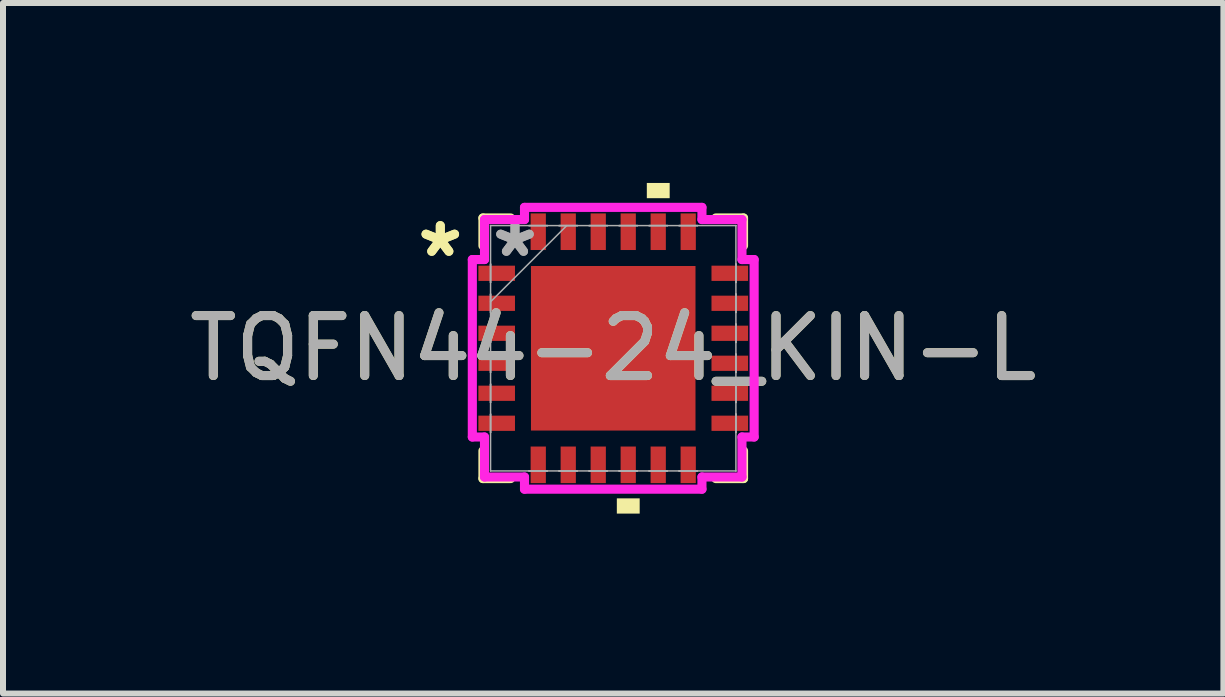
<source format=kicad_pcb>
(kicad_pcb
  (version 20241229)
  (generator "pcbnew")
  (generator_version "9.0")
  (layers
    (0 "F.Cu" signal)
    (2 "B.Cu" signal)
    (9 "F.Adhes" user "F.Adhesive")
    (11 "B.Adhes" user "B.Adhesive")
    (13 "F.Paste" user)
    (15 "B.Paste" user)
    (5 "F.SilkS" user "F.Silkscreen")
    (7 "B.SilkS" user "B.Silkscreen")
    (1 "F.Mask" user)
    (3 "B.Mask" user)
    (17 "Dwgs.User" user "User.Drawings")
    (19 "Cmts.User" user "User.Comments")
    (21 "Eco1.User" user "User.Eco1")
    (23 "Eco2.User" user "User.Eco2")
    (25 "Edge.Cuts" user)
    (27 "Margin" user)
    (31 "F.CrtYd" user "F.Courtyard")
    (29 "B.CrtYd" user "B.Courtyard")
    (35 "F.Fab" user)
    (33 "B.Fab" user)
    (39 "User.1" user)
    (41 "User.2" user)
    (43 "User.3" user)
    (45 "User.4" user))
  (footprint "TQFN44-24_KIN-L"
    (layer "F.Cu")
    (at 7.173 2.756)
    (property "Reference" "TQFN44-24_KIN-L" (at 0 0 0) (unlocked yes) (layer "F.SilkS") (effects (font (size 1 1) (thickness 0.15))))
    (attr smd)
    (fp_line (start -2.172 -2.172) (end -2.172 -1.71) (stroke (width 0.152) (type solid)) (layer "F.SilkS"))
    (fp_line (start -2.172 1.71) (end -2.172 2.172) (stroke (width 0.152) (type solid)) (layer "F.SilkS"))
    (fp_line (start -2.172 2.172) (end -1.71 2.172) (stroke (width 0.152) (type solid)) (layer "F.SilkS"))
    (fp_line (start -1.71 -2.172) (end -2.172 -2.172) (stroke (width 0.152) (type solid)) (layer "F.SilkS"))
    (fp_line (start 1.71 2.172) (end 2.172 2.172) (stroke (width 0.152) (type solid)) (layer "F.SilkS"))
    (fp_line (start 2.172 -2.172) (end 1.71 -2.172) (stroke (width 0.152) (type solid)) (layer "F.SilkS"))
    (fp_line (start 2.172 -1.71) (end 2.172 -2.172) (stroke (width 0.152) (type solid)) (layer "F.SilkS"))
    (fp_line (start 2.172 2.172) (end 2.172 1.71) (stroke (width 0.152) (type solid)) (layer "F.SilkS"))
    (fp_poly (pts (xy 0.06 2.502) (xy 0.06 2.756) (xy 0.441 2.756) (xy 0.441 2.502)) (stroke (width 0) (type solid)) (fill yes) (layer "F.SilkS"))
    (fp_poly (pts (xy 0.56 -2.502) (xy 0.56 -2.756) (xy 0.941 -2.756) (xy 0.941 -2.502)) (stroke (width 0) (type solid)) (fill yes) (layer "F.SilkS"))
    (fp_poly (pts (xy -1.272 -1.272) (xy -1.272 -0.1) (xy -0.1 -0.1) (xy -0.1 -1.272)) (stroke (width 0) (type solid)) (fill yes) (layer "F.Paste"))
    (fp_poly (pts (xy -1.272 0.1) (xy -1.272 1.272) (xy -0.1 1.272) (xy -0.1 0.1)) (stroke (width 0) (type solid)) (fill yes) (layer "F.Paste"))
    (fp_poly (pts (xy 0.1 -1.272) (xy 0.1 -0.1) (xy 1.272 -0.1) (xy 1.272 -1.272)) (stroke (width 0) (type solid)) (fill yes) (layer "F.Paste"))
    (fp_poly (pts (xy 0.1 0.1) (xy 0.1 1.272) (xy 1.272 1.272) (xy 1.272 0.1)) (stroke (width 0) (type solid)) (fill yes) (layer "F.Paste"))
    (fp_line (start -2.349 -1.479) (end -2.146 -1.479) (stroke (width 0.152) (type solid)) (layer "F.CrtYd"))
    (fp_line (start -2.349 1.479) (end -2.349 -1.479) (stroke (width 0.152) (type solid)) (layer "F.CrtYd"))
    (fp_line (start -2.146 -2.146) (end -1.479 -2.146) (stroke (width 0.152) (type solid)) (layer "F.CrtYd"))
    (fp_line (start -2.146 -1.479) (end -2.146 -2.146) (stroke (width 0.152) (type solid)) (layer "F.CrtYd"))
    (fp_line (start -2.146 1.479) (end -2.349 1.479) (stroke (width 0.152) (type solid)) (layer "F.CrtYd"))
    (fp_line (start -2.146 2.146) (end -2.146 1.479) (stroke (width 0.152) (type solid)) (layer "F.CrtYd"))
    (fp_line (start -1.479 -2.349) (end 1.479 -2.349) (stroke (width 0.152) (type solid)) (layer "F.CrtYd"))
    (fp_line (start -1.479 -2.146) (end -1.479 -2.349) (stroke (width 0.152) (type solid)) (layer "F.CrtYd"))
    (fp_line (start -1.479 2.146) (end -2.146 2.146) (stroke (width 0.152) (type solid)) (layer "F.CrtYd"))
    (fp_line (start -1.479 2.349) (end -1.479 2.146) (stroke (width 0.152) (type solid)) (layer "F.CrtYd"))
    (fp_line (start 1.479 -2.349) (end 1.479 -2.146) (stroke (width 0.152) (type solid)) (layer "F.CrtYd"))
    (fp_line (start 1.479 -2.146) (end 2.146 -2.146) (stroke (width 0.152) (type solid)) (layer "F.CrtYd"))
    (fp_line (start 1.479 2.146) (end 1.479 2.349) (stroke (width 0.152) (type solid)) (layer "F.CrtYd"))
    (fp_line (start 1.479 2.349) (end -1.479 2.349) (stroke (width 0.152) (type solid)) (layer "F.CrtYd"))
    (fp_line (start 2.146 -2.146) (end 2.146 -1.479) (stroke (width 0.152) (type solid)) (layer "F.CrtYd"))
    (fp_line (start 2.146 -1.479) (end 2.349 -1.479) (stroke (width 0.152) (type solid)) (layer "F.CrtYd"))
    (fp_line (start 2.146 1.479) (end 2.146 2.146) (stroke (width 0.152) (type solid)) (layer "F.CrtYd"))
    (fp_line (start 2.146 2.146) (end 1.479 2.146) (stroke (width 0.152) (type solid)) (layer "F.CrtYd"))
    (fp_line (start 2.349 -1.479) (end 2.349 1.479) (stroke (width 0.152) (type solid)) (layer "F.CrtYd"))
    (fp_line (start 2.349 1.479) (end 2.146 1.479) (stroke (width 0.152) (type solid)) (layer "F.CrtYd"))
    (fp_line (start -2.045 -2.045) (end -2.045 -2.045) (stroke (width 0.025) (type solid)) (layer "F.Fab"))
    (fp_line (start -2.045 -2.045) (end -2.045 2.045) (stroke (width 0.025) (type solid)) (layer "F.Fab"))
    (fp_line (start -2.045 -1.403) (end -2.045 -1.403) (stroke (width 0.025) (type solid)) (layer "F.Fab"))
    (fp_line (start -2.045 -1.403) (end -2.045 -1.098) (stroke (width 0.025) (type solid)) (layer "F.Fab"))
    (fp_line (start -2.045 -1.098) (end -2.045 -1.403) (stroke (width 0.025) (type solid)) (layer "F.Fab"))
    (fp_line (start -2.045 -1.098) (end -2.045 -1.098) (stroke (width 0.025) (type solid)) (layer "F.Fab"))
    (fp_line (start -2.045 -0.903) (end -2.045 -0.903) (stroke (width 0.025) (type solid)) (layer "F.Fab"))
    (fp_line (start -2.045 -0.903) (end -2.045 -0.598) (stroke (width 0.025) (type solid)) (layer "F.Fab"))
    (fp_line (start -2.045 -0.775) (end -0.775 -2.045) (stroke (width 0.025) (type solid)) (layer "F.Fab"))
    (fp_line (start -2.045 -0.598) (end -2.045 -0.903) (stroke (width 0.025) (type solid)) (layer "F.Fab"))
    (fp_line (start -2.045 -0.598) (end -2.045 -0.598) (stroke (width 0.025) (type solid)) (layer "F.Fab"))
    (fp_line (start -2.045 -0.402) (end -2.045 -0.402) (stroke (width 0.025) (type solid)) (layer "F.Fab"))
    (fp_line (start -2.045 -0.402) (end -2.045 -0.098) (stroke (width 0.025) (type solid)) (layer "F.Fab"))
    (fp_line (start -2.045 -0.098) (end -2.045 -0.402) (stroke (width 0.025) (type solid)) (layer "F.Fab"))
    (fp_line (start -2.045 -0.098) (end -2.045 -0.098) (stroke (width 0.025) (type solid)) (layer "F.Fab"))
    (fp_line (start -2.045 0.098) (end -2.045 0.098) (stroke (width 0.025) (type solid)) (layer "F.Fab"))
    (fp_line (start -2.045 0.098) (end -2.045 0.402) (stroke (width 0.025) (type solid)) (layer "F.Fab"))
    (fp_line (start -2.045 0.402) (end -2.045 0.098) (stroke (width 0.025) (type solid)) (layer "F.Fab"))
    (fp_line (start -2.045 0.402) (end -2.045 0.402) (stroke (width 0.025) (type solid)) (layer "F.Fab"))
    (fp_line (start -2.045 0.598) (end -2.045 0.598) (stroke (width 0.025) (type solid)) (layer "F.Fab"))
    (fp_line (start -2.045 0.598) (end -2.045 0.903) (stroke (width 0.025) (type solid)) (layer "F.Fab"))
    (fp_line (start -2.045 0.903) (end -2.045 0.598) (stroke (width 0.025) (type solid)) (layer "F.Fab"))
    (fp_line (start -2.045 0.903) (end -2.045 0.903) (stroke (width 0.025) (type solid)) (layer "F.Fab"))
    (fp_line (start -2.045 1.098) (end -2.045 1.098) (stroke (width 0.025) (type solid)) (layer "F.Fab"))
    (fp_line (start -2.045 1.098) (end -2.045 1.403) (stroke (width 0.025) (type solid)) (layer "F.Fab"))
    (fp_line (start -2.045 1.403) (end -2.045 1.098) (stroke (width 0.025) (type solid)) (layer "F.Fab"))
    (fp_line (start -2.045 1.403) (end -2.045 1.403) (stroke (width 0.025) (type solid)) (layer "F.Fab"))
    (fp_line (start -2.045 2.045) (end -2.045 2.045) (stroke (width 0.025) (type solid)) (layer "F.Fab"))
    (fp_line (start -2.045 2.045) (end 2.045 2.045) (stroke (width 0.025) (type solid)) (layer "F.Fab"))
    (fp_line (start -1.403 -2.045) (end -1.403 -2.045) (stroke (width 0.025) (type solid)) (layer "F.Fab"))
    (fp_line (start -1.403 -2.045) (end -1.098 -2.045) (stroke (width 0.025) (type solid)) (layer "F.Fab"))
    (fp_line (start -1.403 2.045) (end -1.403 2.045) (stroke (width 0.025) (type solid)) (layer "F.Fab"))
    (fp_line (start -1.403 2.045) (end -1.098 2.045) (stroke (width 0.025) (type solid)) (layer "F.Fab"))
    (fp_line (start -1.098 -2.045) (end -1.403 -2.045) (stroke (width 0.025) (type solid)) (layer "F.Fab"))
    (fp_line (start -1.098 -2.045) (end -1.098 -2.045) (stroke (width 0.025) (type solid)) (layer "F.Fab"))
    (fp_line (start -1.098 2.045) (end -1.403 2.045) (stroke (width 0.025) (type solid)) (layer "F.Fab"))
    (fp_line (start -1.098 2.045) (end -1.098 2.045) (stroke (width 0.025) (type solid)) (layer "F.Fab"))
    (fp_line (start -0.903 -2.045) (end -0.903 -2.045) (stroke (width 0.025) (type solid)) (layer "F.Fab"))
    (fp_line (start -0.903 -2.045) (end -0.598 -2.045) (stroke (width 0.025) (type solid)) (layer "F.Fab"))
    (fp_line (start -0.903 2.045) (end -0.903 2.045) (stroke (width 0.025) (type solid)) (layer "F.Fab"))
    (fp_line (start -0.903 2.045) (end -0.598 2.045) (stroke (width 0.025) (type solid)) (layer "F.Fab"))
    (fp_line (start -0.598 -2.045) (end -0.903 -2.045) (stroke (width 0.025) (type solid)) (layer "F.Fab"))
    (fp_line (start -0.598 -2.045) (end -0.598 -2.045) (stroke (width 0.025) (type solid)) (layer "F.Fab"))
    (fp_line (start -0.598 2.045) (end -0.903 2.045) (stroke (width 0.025) (type solid)) (layer "F.Fab"))
    (fp_line (start -0.598 2.045) (end -0.598 2.045) (stroke (width 0.025) (type solid)) (layer "F.Fab"))
    (fp_line (start -0.402 -2.045) (end -0.402 -2.045) (stroke (width 0.025) (type solid)) (layer "F.Fab"))
    (fp_line (start -0.402 -2.045) (end -0.098 -2.045) (stroke (width 0.025) (type solid)) (layer "F.Fab"))
    (fp_line (start -0.402 2.045) (end -0.402 2.045) (stroke (width 0.025) (type solid)) (layer "F.Fab"))
    (fp_line (start -0.402 2.045) (end -0.098 2.045) (stroke (width 0.025) (type solid)) (layer "F.Fab"))
    (fp_line (start -0.098 -2.045) (end -0.402 -2.045) (stroke (width 0.025) (type solid)) (layer "F.Fab"))
    (fp_line (start -0.098 -2.045) (end -0.098 -2.045) (stroke (width 0.025) (type solid)) (layer "F.Fab"))
    (fp_line (start -0.098 2.045) (end -0.402 2.045) (stroke (width 0.025) (type solid)) (layer "F.Fab"))
    (fp_line (start -0.098 2.045) (end -0.098 2.045) (stroke (width 0.025) (type solid)) (layer "F.Fab"))
    (fp_line (start 0.098 -2.045) (end 0.098 -2.045) (stroke (width 0.025) (type solid)) (layer "F.Fab"))
    (fp_line (start 0.098 -2.045) (end 0.402 -2.045) (stroke (width 0.025) (type solid)) (layer "F.Fab"))
    (fp_line (start 0.098 2.045) (end 0.098 2.045) (stroke (width 0.025) (type solid)) (layer "F.Fab"))
    (fp_line (start 0.098 2.045) (end 0.402 2.045) (stroke (width 0.025) (type solid)) (layer "F.Fab"))
    (fp_line (start 0.402 -2.045) (end 0.098 -2.045) (stroke (width 0.025) (type solid)) (layer "F.Fab"))
    (fp_line (start 0.402 -2.045) (end 0.402 -2.045) (stroke (width 0.025) (type solid)) (layer "F.Fab"))
    (fp_line (start 0.402 2.045) (end 0.098 2.045) (stroke (width 0.025) (type solid)) (layer "F.Fab"))
    (fp_line (start 0.402 2.045) (end 0.402 2.045) (stroke (width 0.025) (type solid)) (layer "F.Fab"))
    (fp_line (start 0.598 -2.045) (end 0.598 -2.045) (stroke (width 0.025) (type solid)) (layer "F.Fab"))
    (fp_line (start 0.598 -2.045) (end 0.903 -2.045) (stroke (width 0.025) (type solid)) (layer "F.Fab"))
    (fp_line (start 0.598 2.045) (end 0.598 2.045) (stroke (width 0.025) (type solid)) (layer "F.Fab"))
    (fp_line (start 0.598 2.045) (end 0.903 2.045) (stroke (width 0.025) (type solid)) (layer "F.Fab"))
    (fp_line (start 0.903 -2.045) (end 0.598 -2.045) (stroke (width 0.025) (type solid)) (layer "F.Fab"))
    (fp_line (start 0.903 -2.045) (end 0.903 -2.045) (stroke (width 0.025) (type solid)) (layer "F.Fab"))
    (fp_line (start 0.903 2.045) (end 0.598 2.045) (stroke (width 0.025) (type solid)) (layer "F.Fab"))
    (fp_line (start 0.903 2.045) (end 0.903 2.045) (stroke (width 0.025) (type solid)) (layer "F.Fab"))
    (fp_line (start 1.098 -2.045) (end 1.098 -2.045) (stroke (width 0.025) (type solid)) (layer "F.Fab"))
    (fp_line (start 1.098 -2.045) (end 1.403 -2.045) (stroke (width 0.025) (type solid)) (layer "F.Fab"))
    (fp_line (start 1.098 2.045) (end 1.098 2.045) (stroke (width 0.025) (type solid)) (layer "F.Fab"))
    (fp_line (start 1.098 2.045) (end 1.403 2.045) (stroke (width 0.025) (type solid)) (layer "F.Fab"))
    (fp_line (start 1.403 -2.045) (end 1.098 -2.045) (stroke (width 0.025) (type solid)) (layer "F.Fab"))
    (fp_line (start 1.403 -2.045) (end 1.403 -2.045) (stroke (width 0.025) (type solid)) (layer "F.Fab"))
    (fp_line (start 1.403 2.045) (end 1.098 2.045) (stroke (width 0.025) (type solid)) (layer "F.Fab"))
    (fp_line (start 1.403 2.045) (end 1.403 2.045) (stroke (width 0.025) (type solid)) (layer "F.Fab"))
    (fp_line (start 2.045 -2.045) (end -2.045 -2.045) (stroke (width 0.025) (type solid)) (layer "F.Fab"))
    (fp_line (start 2.045 -2.045) (end 2.045 -2.045) (stroke (width 0.025) (type solid)) (layer "F.Fab"))
    (fp_line (start 2.045 -1.403) (end 2.045 -1.403) (stroke (width 0.025) (type solid)) (layer "F.Fab"))
    (fp_line (start 2.045 -1.403) (end 2.045 -1.098) (stroke (width 0.025) (type solid)) (layer "F.Fab"))
    (fp_line (start 2.045 -1.098) (end 2.045 -1.403) (stroke (width 0.025) (type solid)) (layer "F.Fab"))
    (fp_line (start 2.045 -1.098) (end 2.045 -1.098) (stroke (width 0.025) (type solid)) (layer "F.Fab"))
    (fp_line (start 2.045 -0.903) (end 2.045 -0.903) (stroke (width 0.025) (type solid)) (layer "F.Fab"))
    (fp_line (start 2.045 -0.903) (end 2.045 -0.598) (stroke (width 0.025) (type solid)) (layer "F.Fab"))
    (fp_line (start 2.045 -0.598) (end 2.045 -0.903) (stroke (width 0.025) (type solid)) (layer "F.Fab"))
    (fp_line (start 2.045 -0.598) (end 2.045 -0.598) (stroke (width 0.025) (type solid)) (layer "F.Fab"))
    (fp_line (start 2.045 -0.402) (end 2.045 -0.402) (stroke (width 0.025) (type solid)) (layer "F.Fab"))
    (fp_line (start 2.045 -0.402) (end 2.045 -0.098) (stroke (width 0.025) (type solid)) (layer "F.Fab"))
    (fp_line (start 2.045 -0.098) (end 2.045 -0.402) (stroke (width 0.025) (type solid)) (layer "F.Fab"))
    (fp_line (start 2.045 -0.098) (end 2.045 -0.098) (stroke (width 0.025) (type solid)) (layer "F.Fab"))
    (fp_line (start 2.045 0.098) (end 2.045 0.098) (stroke (width 0.025) (type solid)) (layer "F.Fab"))
    (fp_line (start 2.045 0.098) (end 2.045 0.402) (stroke (width 0.025) (type solid)) (layer "F.Fab"))
    (fp_line (start 2.045 0.402) (end 2.045 0.098) (stroke (width 0.025) (type solid)) (layer "F.Fab"))
    (fp_line (start 2.045 0.402) (end 2.045 0.402) (stroke (width 0.025) (type solid)) (layer "F.Fab"))
    (fp_line (start 2.045 0.598) (end 2.045 0.598) (stroke (width 0.025) (type solid)) (layer "F.Fab"))
    (fp_line (start 2.045 0.598) (end 2.045 0.903) (stroke (width 0.025) (type solid)) (layer "F.Fab"))
    (fp_line (start 2.045 0.903) (end 2.045 0.598) (stroke (width 0.025) (type solid)) (layer "F.Fab"))
    (fp_line (start 2.045 0.903) (end 2.045 0.903) (stroke (width 0.025) (type solid)) (layer "F.Fab"))
    (fp_line (start 2.045 1.098) (end 2.045 1.098) (stroke (width 0.025) (type solid)) (layer "F.Fab"))
    (fp_line (start 2.045 1.098) (end 2.045 1.403) (stroke (width 0.025) (type solid)) (layer "F.Fab"))
    (fp_line (start 2.045 1.403) (end 2.045 1.098) (stroke (width 0.025) (type solid)) (layer "F.Fab"))
    (fp_line (start 2.045 1.403) (end 2.045 1.403) (stroke (width 0.025) (type solid)) (layer "F.Fab"))
    (fp_line (start 2.045 2.045) (end 2.045 -2.045) (stroke (width 0.025) (type solid)) (layer "F.Fab"))
    (fp_line (start 2.045 2.045) (end 2.045 2.045) (stroke (width 0.025) (type solid)) (layer "F.Fab"))
    (fp_text user "*" (at -2.883 -1.5 0) (layer "F.SilkS") (effects (font (size 1 1) (thickness 0.15))))
    (fp_text user "*" (at -2.883 -1.5 0) (unlocked yes) (layer "F.SilkS") (effects (font (size 1 1) (thickness 0.15))))
    (fp_text user "${REFERENCE}" (at 0 0 0) (unlocked yes) (layer "F.Fab") (effects (font (size 1 1) (thickness 0.15))))
    (fp_text user "*" (at -1.638 -1.5 0) (layer "F.Fab") (effects (font (size 1 1) (thickness 0.15))))
    (fp_text user "*" (at -1.638 -1.5 0) (unlocked yes) (layer "F.Fab") (effects (font (size 1 1) (thickness 0.15))))
    (pad "1" smd rect (at -1.943 -1.25 90) (size 0.254 0.61) (layers "F.Cu" "F.Mask" "F.Paste"))
    (pad "2" smd rect (at -1.943 -0.75 90) (size 0.254 0.61) (layers "F.Cu" "F.Mask" "F.Paste"))
    (pad "3" smd rect (at -1.943 -0.25 90) (size 0.254 0.61) (layers "F.Cu" "F.Mask" "F.Paste"))
    (pad "4" smd rect (at -1.943 0.25 90) (size 0.254 0.61) (layers "F.Cu" "F.Mask" "F.Paste"))
    (pad "5" smd rect (at -1.943 0.75 90) (size 0.254 0.61) (layers "F.Cu" "F.Mask" "F.Paste"))
    (pad "6" smd rect (at -1.943 1.25 90) (size 0.254 0.61) (layers "F.Cu" "F.Mask" "F.Paste"))
    (pad "7" smd rect (at -1.25 1.943) (size 0.254 0.61) (layers "F.Cu" "F.Mask" "F.Paste"))
    (pad "8" smd rect (at -0.75 1.943) (size 0.254 0.61) (layers "F.Cu" "F.Mask" "F.Paste"))
    (pad "9" smd rect (at -0.25 1.943) (size 0.254 0.61) (layers "F.Cu" "F.Mask" "F.Paste"))
    (pad "10" smd rect (at 0.25 1.943) (size 0.254 0.61) (layers "F.Cu" "F.Mask" "F.Paste"))
    (pad "11" smd rect (at 0.75 1.943) (size 0.254 0.61) (layers "F.Cu" "F.Mask" "F.Paste"))
    (pad "12" smd rect (at 1.25 1.943) (size 0.254 0.61) (layers "F.Cu" "F.Mask" "F.Paste"))
    (pad "13" smd rect (at 1.943 1.25 90) (size 0.254 0.61) (layers "F.Cu" "F.Mask" "F.Paste"))
    (pad "14" smd rect (at 1.943 0.75 90) (size 0.254 0.61) (layers "F.Cu" "F.Mask" "F.Paste"))
    (pad "15" smd rect (at 1.943 0.25 90) (size 0.254 0.61) (layers "F.Cu" "F.Mask" "F.Paste"))
    (pad "16" smd rect (at 1.943 -0.25 90) (size 0.254 0.61) (layers "F.Cu" "F.Mask" "F.Paste"))
    (pad "17" smd rect (at 1.943 -0.75 90) (size 0.254 0.61) (layers "F.Cu" "F.Mask" "F.Paste"))
    (pad "18" smd rect (at 1.943 -1.25 90) (size 0.254 0.61) (layers "F.Cu" "F.Mask" "F.Paste"))
    (pad "19" smd rect (at 1.25 -1.943) (size 0.254 0.61) (layers "F.Cu" "F.Mask" "F.Paste"))
    (pad "20" smd rect (at 0.75 -1.943) (size 0.254 0.61) (layers "F.Cu" "F.Mask" "F.Paste"))
    (pad "21" smd rect (at 0.25 -1.943) (size 0.254 0.61) (layers "F.Cu" "F.Mask" "F.Paste"))
    (pad "22" smd rect (at -0.25 -1.943) (size 0.254 0.61) (layers "F.Cu" "F.Mask" "F.Paste"))
    (pad "23" smd rect (at -0.75 -1.943) (size 0.254 0.61) (layers "F.Cu" "F.Mask" "F.Paste"))
    (pad "24" smd rect (at -1.25 -1.943) (size 0.254 0.61) (layers "F.Cu" "F.Mask" "F.Paste"))
    (pad "25" smd rect (at 0 0) (size 2.743 2.743) (layers "F.Cu" "F.Mask")))
  (gr_rect
    (start -3 -3)
    (end 17.345 8.512)
    (stroke (width 0.1) (type default))
    (fill no)
    (layer "Edge.Cuts")))
</source>
